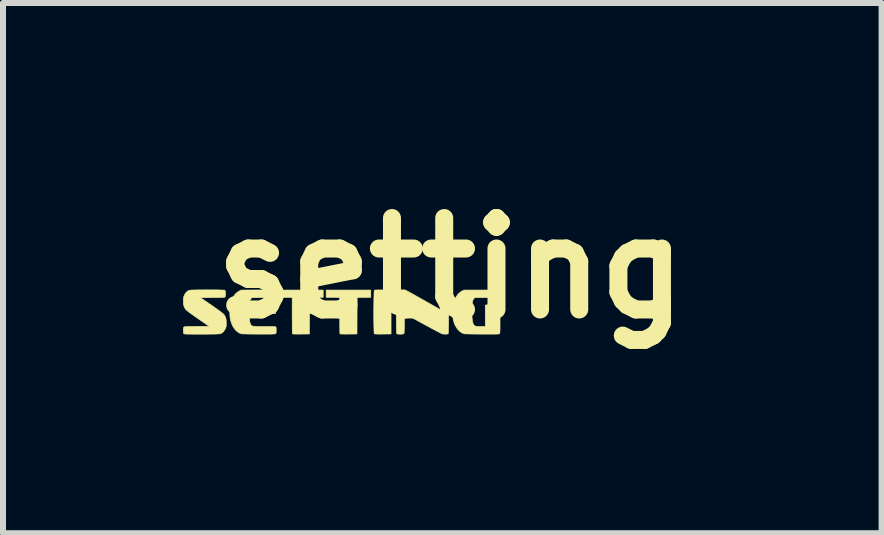
<source format=kicad_pcb>
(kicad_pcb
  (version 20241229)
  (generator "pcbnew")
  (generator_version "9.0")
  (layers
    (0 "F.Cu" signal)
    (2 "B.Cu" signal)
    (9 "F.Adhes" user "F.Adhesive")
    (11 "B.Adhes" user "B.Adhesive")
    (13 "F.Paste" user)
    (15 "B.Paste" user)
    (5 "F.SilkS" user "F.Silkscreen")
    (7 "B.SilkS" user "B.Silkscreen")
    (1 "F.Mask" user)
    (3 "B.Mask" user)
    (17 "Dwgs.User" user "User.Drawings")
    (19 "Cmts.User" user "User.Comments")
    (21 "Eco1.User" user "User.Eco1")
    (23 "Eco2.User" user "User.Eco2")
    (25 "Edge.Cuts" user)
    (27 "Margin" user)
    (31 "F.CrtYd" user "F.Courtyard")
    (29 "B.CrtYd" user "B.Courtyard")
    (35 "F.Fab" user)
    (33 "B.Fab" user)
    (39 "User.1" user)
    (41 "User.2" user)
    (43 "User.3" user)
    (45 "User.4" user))
  (footprint "setting"
    (layer "F.Cu")
    (at 4.462 1.418)
    (property "Reference" "setting" (at 0 0 0) (layer "F.SilkS") (effects (font (size 1.524 1.524) (thickness 0.3))))
    (attr through_hole)
    (fp_poly (pts (xy -2.126 0.487) (xy -2.352 0.49) (xy -2.356 1.098) (xy -2.495 1.099) (xy -2.535 1.1) (xy -2.571 1.099) (xy -2.601 1.099) (xy -2.623 1.098) (xy -2.636 1.097) (xy -2.639 1.097) (xy -2.639 1.09) (xy -2.64 1.072) (xy -2.641 1.045) (xy -2.642 1.009) (xy -2.642 0.966) (xy -2.642 0.916) (xy -2.643 0.861) (xy -2.643 0.803) (xy -2.643 0.791) (xy -2.643 0.49) (xy -2.756 0.488) (xy -2.87 0.487) (xy -2.87 0.366) (xy -2.126 0.366) (xy -2.126 0.487)) (stroke (width 0.01) (type solid)) (fill yes) (layer "F.SilkS"))
    (fp_poly (pts (xy -1.333 0.487) (xy -1.56 0.49) (xy -1.563 1.098) (xy -1.703 1.099) (xy -1.743 1.1) (xy -1.779 1.099) (xy -1.809 1.099) (xy -1.831 1.098) (xy -1.844 1.097) (xy -1.846 1.097) (xy -1.847 1.09) (xy -1.848 1.072) (xy -1.849 1.045) (xy -1.849 1.009) (xy -1.85 0.966) (xy -1.85 0.916) (xy -1.85 0.861) (xy -1.851 0.803) (xy -1.851 0.791) (xy -1.851 0.49) (xy -1.964 0.488) (xy -2.077 0.487) (xy -2.077 0.366) (xy -1.333 0.366) (xy -1.333 0.487)) (stroke (width 0.01) (type solid)) (fill yes) (layer "F.SilkS"))
    (fp_poly (pts (xy -1.134 0.364) (xy -1.13 0.364) (xy -0.995 0.366) (xy -0.995 1.098) (xy -1.131 1.099) (xy -1.179 1.1) (xy -1.216 1.099) (xy -1.243 1.099) (xy -1.261 1.097) (xy -1.272 1.095) (xy -1.275 1.094) (xy -1.276 1.086) (xy -1.278 1.067) (xy -1.279 1.04) (xy -1.28 1.003) (xy -1.281 0.961) (xy -1.282 0.912) (xy -1.283 0.859) (xy -1.283 0.804) (xy -1.283 0.747) (xy -1.283 0.689) (xy -1.282 0.632) (xy -1.282 0.578) (xy -1.281 0.527) (xy -1.28 0.481) (xy -1.279 0.441) (xy -1.278 0.409) (xy -1.276 0.386) (xy -1.275 0.372) (xy -1.274 0.37) (xy -1.266 0.367) (xy -1.249 0.365) (xy -1.221 0.364) (xy -1.183 0.364) (xy -1.134 0.364)) (stroke (width 0.01) (type solid)) (fill yes) (layer "F.SilkS"))
    (fp_poly (pts (xy -3.146 0.635) (xy -3.112 0.635) (xy -3.056 0.635) (xy -3.01 0.636) (xy -2.975 0.636) (xy -2.95 0.638) (xy -2.933 0.639) (xy -2.924 0.641) (xy -2.922 0.642) (xy -2.918 0.652) (xy -2.916 0.673) (xy -2.915 0.699) (xy -2.916 0.726) (xy -2.918 0.745) (xy -2.922 0.755) (xy -2.928 0.757) (xy -2.941 0.759) (xy -2.963 0.76) (xy -2.994 0.761) (xy -3.034 0.762) (xy -3.086 0.762) (xy -3.112 0.762) (xy -3.164 0.762) (xy -3.206 0.762) (xy -3.237 0.761) (xy -3.261 0.761) (xy -3.277 0.76) (xy -3.288 0.758) (xy -3.295 0.756) (xy -3.299 0.754) (xy -3.302 0.751) (xy -3.302 0.75) (xy -3.305 0.738) (xy -3.307 0.719) (xy -3.308 0.699) (xy -3.308 0.681) (xy -3.308 0.667) (xy -3.306 0.656) (xy -3.302 0.648) (xy -3.293 0.642) (xy -3.279 0.639) (xy -3.259 0.636) (xy -3.231 0.635) (xy -3.194 0.635) (xy -3.146 0.635)) (stroke (width 0.01) (type solid)) (fill yes) (layer "F.SilkS"))
    (fp_poly (pts (xy 0.795 0.487) (xy 0.597 0.49) (xy 0.398 0.493) (xy 0.384 0.51) (xy 0.375 0.522) (xy 0.368 0.537) (xy 0.362 0.555) (xy 0.358 0.58) (xy 0.356 0.612) (xy 0.353 0.654) (xy 0.353 0.674) (xy 0.352 0.739) (xy 0.353 0.798) (xy 0.357 0.848) (xy 0.363 0.889) (xy 0.371 0.921) (xy 0.374 0.927) (xy 0.383 0.945) (xy 0.393 0.957) (xy 0.408 0.965) (xy 0.428 0.97) (xy 0.456 0.973) (xy 0.493 0.974) (xy 0.499 0.974) (xy 0.575 0.974) (xy 0.575 0.617) (xy 0.594 0.614) (xy 0.608 0.612) (xy 0.63 0.612) (xy 0.658 0.611) (xy 0.689 0.612) (xy 0.722 0.612) (xy 0.752 0.613) (xy 0.779 0.615) (xy 0.8 0.616) (xy 0.812 0.618) (xy 0.814 0.619) (xy 0.816 0.626) (xy 0.817 0.644) (xy 0.818 0.671) (xy 0.819 0.705) (xy 0.82 0.744) (xy 0.821 0.788) (xy 0.821 0.833) (xy 0.821 0.88) (xy 0.821 0.926) (xy 0.821 0.969) (xy 0.821 1.007) (xy 0.82 1.041) (xy 0.819 1.066) (xy 0.818 1.083) (xy 0.816 1.089) (xy 0.815 1.091) (xy 0.812 1.094) (xy 0.807 1.096) (xy 0.799 1.097) (xy 0.787 1.098) (xy 0.769 1.099) (xy 0.746 1.1) (xy 0.715 1.1) (xy 0.675 1.1) (xy 0.626 1.1) (xy 0.567 1.1) (xy 0.527 1.1) (xy 0.469 1.1) (xy 0.415 1.099) (xy 0.364 1.099) (xy 0.32 1.098) (xy 0.282 1.097) (xy 0.253 1.097) (xy 0.234 1.096) (xy 0.226 1.095) (xy 0.184 1.079) (xy 0.146 1.052) (xy 0.112 1.015) (xy 0.082 0.97) (xy 0.058 0.917) (xy 0.041 0.856) (xy 0.039 0.847) (xy 0.034 0.814) (xy 0.032 0.773) (xy 0.031 0.727) (xy 0.033 0.682) (xy 0.036 0.639) (xy 0.041 0.602) (xy 0.045 0.584) (xy 0.064 0.527) (xy 0.09 0.477) (xy 0.121 0.435) (xy 0.156 0.402) (xy 0.186 0.383) (xy 0.221 0.366) (xy 0.795 0.366) (xy 0.795 0.487)) (stroke (width 0.01) (type solid)) (fill yes) (layer "F.SilkS"))
    (fp_poly (pts (xy -0.088 0.363) (xy -0.066 0.364) (xy -0.05 0.367) (xy -0.044 0.37) (xy -0.042 0.378) (xy -0.041 0.396) (xy -0.039 0.424) (xy -0.038 0.46) (xy -0.037 0.503) (xy -0.037 0.551) (xy -0.036 0.604) (xy -0.036 0.659) (xy -0.036 0.717) (xy -0.036 0.774) (xy -0.036 0.831) (xy -0.036 0.885) (xy -0.037 0.936) (xy -0.038 0.982) (xy -0.039 1.022) (xy -0.04 1.054) (xy -0.041 1.077) (xy -0.043 1.091) (xy -0.044 1.093) (xy -0.054 1.098) (xy -0.073 1.1) (xy -0.096 1.1) (xy -0.12 1.099) (xy -0.141 1.096) (xy -0.145 1.095) (xy -0.154 1.091) (xy -0.173 1.081) (xy -0.2 1.067) (xy -0.235 1.049) (xy -0.276 1.027) (xy -0.323 1.002) (xy -0.374 0.974) (xy -0.428 0.945) (xy -0.469 0.923) (xy -0.771 0.757) (xy -0.773 0.921) (xy -0.774 0.979) (xy -0.775 1.025) (xy -0.776 1.059) (xy -0.778 1.082) (xy -0.781 1.092) (xy -0.781 1.093) (xy -0.79 1.097) (xy -0.808 1.099) (xy -0.831 1.101) (xy -0.855 1.101) (xy -0.877 1.099) (xy -0.894 1.096) (xy -0.9 1.093) (xy -0.901 1.086) (xy -0.903 1.068) (xy -0.904 1.04) (xy -0.905 1.004) (xy -0.906 0.961) (xy -0.907 0.913) (xy -0.907 0.86) (xy -0.908 0.804) (xy -0.908 0.747) (xy -0.908 0.689) (xy -0.907 0.633) (xy -0.907 0.578) (xy -0.906 0.527) (xy -0.906 0.482) (xy -0.905 0.442) (xy -0.904 0.41) (xy -0.902 0.386) (xy -0.901 0.373) (xy -0.9 0.37) (xy -0.889 0.366) (xy -0.868 0.364) (xy -0.835 0.363) (xy -0.827 0.363) (xy -0.762 0.363) (xy -0.706 0.393) (xy -0.689 0.402) (xy -0.663 0.416) (xy -0.629 0.435) (xy -0.588 0.458) (xy -0.543 0.483) (xy -0.494 0.511) (xy -0.444 0.539) (xy -0.411 0.558) (xy -0.172 0.693) (xy -0.171 0.536) (xy -0.17 0.48) (xy -0.169 0.435) (xy -0.167 0.402) (xy -0.165 0.381) (xy -0.163 0.371) (xy -0.162 0.371) (xy -0.153 0.367) (xy -0.135 0.364) (xy -0.113 0.363) (xy -0.088 0.363)) (stroke (width 0.01) (type solid)) (fill yes) (layer "F.SilkS"))
    (fp_poly (pts (xy -3.006 0.364) (xy -2.978 0.364) (xy -2.956 0.365) (xy -2.941 0.365) (xy -2.93 0.367) (xy -2.923 0.368) (xy -2.919 0.37) (xy -2.917 0.373) (xy -2.912 0.385) (xy -2.91 0.405) (xy -2.909 0.429) (xy -2.91 0.452) (xy -2.913 0.471) (xy -2.916 0.479) (xy -2.92 0.482) (xy -2.925 0.485) (xy -2.935 0.486) (xy -2.949 0.488) (xy -2.97 0.489) (xy -2.998 0.49) (xy -3.034 0.49) (xy -3.081 0.491) (xy -3.12 0.491) (xy -3.315 0.493) (xy -3.329 0.51) (xy -3.339 0.522) (xy -3.346 0.537) (xy -3.351 0.555) (xy -3.355 0.58) (xy -3.358 0.612) (xy -3.36 0.654) (xy -3.361 0.674) (xy -3.361 0.739) (xy -3.36 0.798) (xy -3.356 0.848) (xy -3.35 0.889) (xy -3.342 0.921) (xy -3.339 0.927) (xy -3.334 0.94) (xy -3.328 0.949) (xy -3.321 0.957) (xy -3.31 0.963) (xy -3.296 0.967) (xy -3.277 0.97) (xy -3.251 0.972) (xy -3.217 0.973) (xy -3.174 0.974) (xy -3.12 0.974) (xy -3.103 0.974) (xy -3.05 0.974) (xy -3.008 0.974) (xy -2.976 0.974) (xy -2.951 0.975) (xy -2.934 0.976) (xy -2.923 0.978) (xy -2.916 0.98) (xy -2.913 0.982) (xy -2.913 0.983) (xy -2.91 0.996) (xy -2.909 1.016) (xy -2.909 1.04) (xy -2.91 1.063) (xy -2.912 1.081) (xy -2.915 1.092) (xy -2.916 1.093) (xy -2.921 1.095) (xy -2.933 1.097) (xy -2.952 1.098) (xy -2.979 1.099) (xy -3.014 1.1) (xy -3.06 1.1) (xy -3.116 1.1) (xy -3.183 1.1) (xy -3.196 1.1) (xy -3.253 1.1) (xy -3.307 1.099) (xy -3.356 1.099) (xy -3.399 1.098) (xy -3.435 1.097) (xy -3.463 1.097) (xy -3.481 1.096) (xy -3.487 1.095) (xy -3.529 1.079) (xy -3.567 1.052) (xy -3.602 1.015) (xy -3.631 0.97) (xy -3.655 0.917) (xy -3.672 0.856) (xy -3.674 0.847) (xy -3.679 0.814) (xy -3.681 0.773) (xy -3.682 0.727) (xy -3.681 0.682) (xy -3.677 0.639) (xy -3.672 0.602) (xy -3.668 0.584) (xy -3.648 0.526) (xy -3.622 0.475) (xy -3.591 0.433) (xy -3.555 0.4) (xy -3.527 0.383) (xy -3.493 0.366) (xy -3.208 0.364) (xy -3.142 0.364) (xy -3.087 0.363) (xy -3.042 0.363) (xy -3.006 0.364)) (stroke (width 0.01) (type solid)) (fill yes) (layer "F.SilkS"))
    (fp_poly (pts (xy -4.008 0.363) (xy -3.957 0.363) (xy -3.909 0.363) (xy -3.866 0.364) (xy -3.828 0.365) (xy -3.798 0.366) (xy -3.776 0.368) (xy -3.764 0.369) (xy -3.763 0.37) (xy -3.759 0.38) (xy -3.756 0.398) (xy -3.755 0.421) (xy -3.756 0.445) (xy -3.758 0.465) (xy -3.761 0.479) (xy -3.764 0.483) (xy -3.772 0.485) (xy -3.792 0.487) (xy -3.823 0.489) (xy -3.865 0.49) (xy -3.919 0.491) (xy -3.971 0.491) (xy -4.171 0.493) (xy -3.987 0.619) (xy -3.944 0.649) (xy -3.904 0.678) (xy -3.867 0.704) (xy -3.835 0.728) (xy -3.81 0.747) (xy -3.792 0.762) (xy -3.783 0.77) (xy -3.764 0.797) (xy -3.751 0.828) (xy -3.743 0.865) (xy -3.741 0.91) (xy -3.741 0.916) (xy -3.741 0.945) (xy -3.742 0.966) (xy -3.746 0.983) (xy -3.752 0.999) (xy -3.761 1.018) (xy -3.781 1.052) (xy -3.804 1.075) (xy -3.832 1.09) (xy -3.843 1.094) (xy -3.856 1.096) (xy -3.881 1.097) (xy -3.918 1.099) (xy -3.967 1.1) (xy -4.026 1.1) (xy -4.098 1.101) (xy -4.156 1.101) (xy -4.223 1.101) (xy -4.278 1.101) (xy -4.324 1.1) (xy -4.36 1.1) (xy -4.388 1.1) (xy -4.41 1.099) (xy -4.426 1.098) (xy -4.436 1.097) (xy -4.443 1.095) (xy -4.448 1.093) (xy -4.45 1.091) (xy -4.451 1.089) (xy -4.455 1.075) (xy -4.457 1.054) (xy -4.457 1.031) (xy -4.455 1.008) (xy -4.452 0.991) (xy -4.45 0.984) (xy -4.447 0.981) (xy -4.441 0.979) (xy -4.432 0.977) (xy -4.419 0.976) (xy -4.399 0.975) (xy -4.373 0.974) (xy -4.338 0.973) (xy -4.293 0.973) (xy -4.237 0.972) (xy -4.233 0.972) (xy -4.025 0.971) (xy -4.207 0.845) (xy -4.255 0.812) (xy -4.298 0.781) (xy -4.336 0.754) (xy -4.368 0.73) (xy -4.392 0.711) (xy -4.409 0.697) (xy -4.413 0.693) (xy -4.434 0.663) (xy -4.448 0.629) (xy -4.455 0.589) (xy -4.457 0.55) (xy -4.456 0.515) (xy -4.452 0.486) (xy -4.444 0.461) (xy -4.428 0.429) (xy -4.406 0.401) (xy -4.38 0.38) (xy -4.357 0.37) (xy -4.345 0.368) (xy -4.323 0.366) (xy -4.292 0.365) (xy -4.255 0.364) (xy -4.211 0.363) (xy -4.163 0.363) (xy -4.112 0.363) (xy -4.06 0.362) (xy -4.008 0.363)) (stroke (width 0.01) (type solid)) (fill yes) (layer "F.SilkS")))
  (gr_rect
    (start -3 -3)
    (end 11.642 5.836)
    (stroke (width 0.1) (type default))
    (fill no)
    (layer "Edge.Cuts")))
</source>
